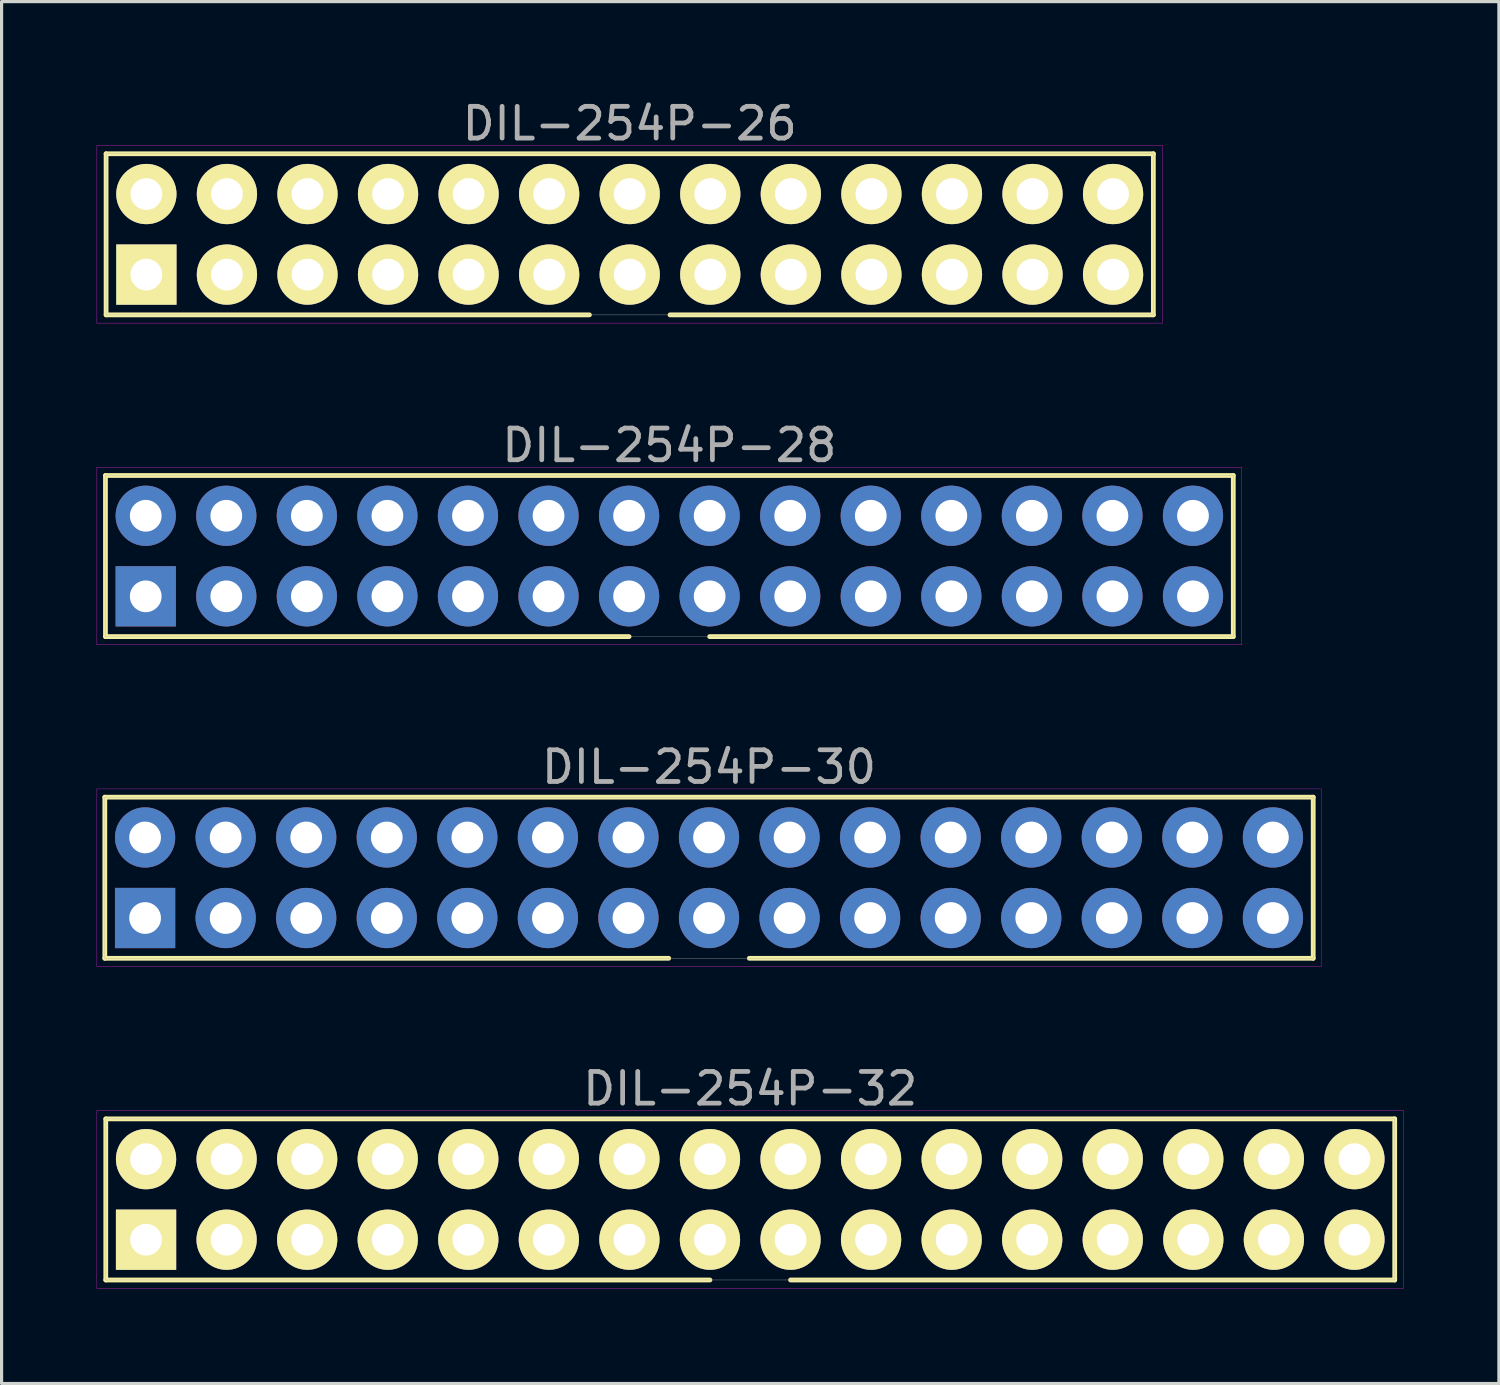
<source format=kicad_pcb>
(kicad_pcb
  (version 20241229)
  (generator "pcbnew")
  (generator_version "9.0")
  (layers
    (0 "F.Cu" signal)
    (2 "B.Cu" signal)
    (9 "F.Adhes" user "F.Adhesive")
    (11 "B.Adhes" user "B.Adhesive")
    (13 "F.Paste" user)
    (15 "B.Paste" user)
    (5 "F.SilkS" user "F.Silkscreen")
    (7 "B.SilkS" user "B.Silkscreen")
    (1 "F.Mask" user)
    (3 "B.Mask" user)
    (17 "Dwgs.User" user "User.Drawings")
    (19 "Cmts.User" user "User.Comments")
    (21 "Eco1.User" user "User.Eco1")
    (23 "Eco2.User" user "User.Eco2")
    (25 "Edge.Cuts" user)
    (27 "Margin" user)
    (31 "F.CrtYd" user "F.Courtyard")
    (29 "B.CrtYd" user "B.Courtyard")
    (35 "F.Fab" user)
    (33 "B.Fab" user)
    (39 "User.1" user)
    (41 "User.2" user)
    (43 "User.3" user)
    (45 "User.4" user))
  (footprint "DIL-254P-30"
    (layer "F.Cu")
    (at 19.305 24.625)
    (property "Reference" "DIL-254P-30" (at 0 -3.49 0) (layer "F.Fab") (effects (font (size 1 1) (thickness 0.15))))
    (attr through_hole)
    (fp_line (start -19.05 -2.54) (end 19.05 -2.54) (stroke (width 0.15) (type solid)) (layer "F.SilkS"))
    (fp_line (start -19.05 2.54) (end -19.05 -2.54) (stroke (width 0.15) (type solid)) (layer "F.SilkS"))
    (fp_line (start -1.27 2.54) (end -19.05 2.54) (stroke (width 0.15) (type solid)) (layer "F.SilkS"))
    (fp_line (start 19.05 -2.54) (end 19.05 2.54) (stroke (width 0.15) (type solid)) (layer "F.SilkS"))
    (fp_line (start 19.05 2.54) (end 1.27 2.54) (stroke (width 0.15) (type solid)) (layer "F.SilkS"))
    (fp_line (start -19.3 -2.8) (end 19.3 -2.8) (stroke (width 0.01) (type solid)) (layer "F.CrtYd"))
    (fp_line (start -19.3 2.8) (end -19.3 -2.8) (stroke (width 0.01) (type solid)) (layer "F.CrtYd"))
    (fp_line (start 19.3 -2.8) (end 19.3 2.8) (stroke (width 0.01) (type solid)) (layer "F.CrtYd"))
    (fp_line (start 19.3 2.8) (end -19.3 2.8) (stroke (width 0.01) (type solid)) (layer "F.CrtYd"))
    (fp_line (start -19.05 -2.54) (end 19.05 -2.54) (stroke (width 0.01) (type solid)) (layer "F.Fab"))
    (fp_line (start -19.05 2.54) (end -19.05 -2.54) (stroke (width 0.01) (type solid)) (layer "F.Fab"))
    (fp_line (start 19.05 -2.54) (end 19.05 2.54) (stroke (width 0.01) (type solid)) (layer "F.Fab"))
    (fp_line (start 19.05 2.54) (end -19.05 2.54) (stroke (width 0.01) (type solid)) (layer "F.Fab"))
    (pad "1" thru_hole rect (at -17.78 1.27) (size 1.9 1.9) (drill 1) (layers "F.Cu" "F.Mask" "F.Paste"))
    (pad "2" thru_hole circle (at -17.78 -1.27) (size 1.9 1.9) (drill 1) (layers "F.Cu" "F.Mask" "F.Paste"))
    (pad "3" thru_hole circle (at -15.24 1.27) (size 1.9 1.9) (drill 1) (layers "F.Cu" "F.Mask" "F.Paste"))
    (pad "4" thru_hole circle (at -15.24 -1.27) (size 1.9 1.9) (drill 1) (layers "F.Cu" "F.Mask" "F.Paste"))
    (pad "5" thru_hole circle (at -12.7 1.27) (size 1.9 1.9) (drill 1) (layers "F.Cu" "F.Mask" "F.Paste"))
    (pad "6" thru_hole circle (at -12.7 -1.27) (size 1.9 1.9) (drill 1) (layers "F.Cu" "F.Mask" "F.Paste"))
    (pad "7" thru_hole circle (at -10.16 1.27) (size 1.9 1.9) (drill 1) (layers "F.Cu" "F.Mask" "F.Paste"))
    (pad "8" thru_hole circle (at -10.16 -1.27) (size 1.9 1.9) (drill 1) (layers "F.Cu" "F.Mask" "F.Paste"))
    (pad "9" thru_hole circle (at -7.62 1.27) (size 1.9 1.9) (drill 1) (layers "F.Cu" "F.Mask" "F.Paste"))
    (pad "10" thru_hole circle (at -7.62 -1.27) (size 1.9 1.9) (drill 1) (layers "F.Cu" "F.Mask" "F.Paste"))
    (pad "11" thru_hole circle (at -5.08 1.27) (size 1.9 1.9) (drill 1) (layers "F.Cu" "F.Mask" "F.Paste"))
    (pad "12" thru_hole circle (at -5.08 -1.27) (size 1.9 1.9) (drill 1) (layers "F.Cu" "F.Mask" "F.Paste"))
    (pad "13" thru_hole circle (at -2.54 1.27) (size 1.9 1.9) (drill 1) (layers "F.Cu" "F.Mask" "F.Paste"))
    (pad "14" thru_hole circle (at -2.54 -1.27) (size 1.9 1.9) (drill 1) (layers "F.Cu" "F.Mask" "F.Paste"))
    (pad "15" thru_hole circle (at 0 1.27) (size 1.9 1.9) (drill 1) (layers "F.Cu" "F.Mask" "F.Paste"))
    (pad "16" thru_hole circle (at 0 -1.27) (size 1.9 1.9) (drill 1) (layers "F.Cu" "F.Mask" "F.Paste"))
    (pad "17" thru_hole circle (at 2.54 1.27) (size 1.9 1.9) (drill 1) (layers "F.Cu" "F.Mask" "F.Paste"))
    (pad "18" thru_hole circle (at 2.54 -1.27) (size 1.9 1.9) (drill 1) (layers "F.Cu" "F.Mask" "F.Paste"))
    (pad "19" thru_hole circle (at 5.08 1.27) (size 1.9 1.9) (drill 1) (layers "F.Cu" "F.Mask" "F.Paste"))
    (pad "20" thru_hole circle (at 5.08 -1.27) (size 1.9 1.9) (drill 1) (layers "F.Cu" "F.Mask" "F.Paste"))
    (pad "21" thru_hole circle (at 7.62 1.27) (size 1.9 1.9) (drill 1) (layers "F.Cu" "F.Mask" "F.Paste"))
    (pad "22" thru_hole circle (at 7.62 -1.27) (size 1.9 1.9) (drill 1) (layers "F.Cu" "F.Mask" "F.Paste"))
    (pad "23" thru_hole circle (at 10.16 1.27) (size 1.9 1.9) (drill 1) (layers "F.Cu" "F.Mask" "F.Paste"))
    (pad "24" thru_hole circle (at 10.16 -1.27) (size 1.9 1.9) (drill 1) (layers "F.Cu" "F.Mask" "F.Paste"))
    (pad "25" thru_hole circle (at 12.7 1.27) (size 1.9 1.9) (drill 1) (layers "F.Cu" "F.Mask" "F.Paste"))
    (pad "26" thru_hole circle (at 12.7 -1.27) (size 1.9 1.9) (drill 1) (layers "F.Cu" "F.Mask" "F.Paste"))
    (pad "27" thru_hole circle (at 15.24 1.27) (size 1.9 1.9) (drill 1) (layers "F.Cu" "F.Mask" "F.Paste"))
    (pad "28" thru_hole circle (at 15.24 -1.27) (size 1.9 1.9) (drill 1) (layers "F.Cu" "F.Mask" "F.Paste"))
    (pad "29" thru_hole circle (at 17.78 1.27) (size 1.9 1.9) (drill 1) (layers "F.Cu" "F.Mask" "F.Paste"))
    (pad "30" thru_hole circle (at 17.78 -1.27) (size 1.9 1.9) (drill 1) (layers "F.Cu" "F.Mask" "F.Paste")))
  (footprint "DIL-254P-26"
    (layer "F.Cu")
    (at 16.805 4.338)
    (property "Reference" "DIL-254P-26" (at 0 -3.49 0) (layer "F.Fab") (effects (font (size 1 1) (thickness 0.15))))
    (attr through_hole)
    (fp_line (start -16.51 -2.54) (end 16.51 -2.54) (stroke (width 0.15) (type solid)) (layer "F.SilkS"))
    (fp_line (start -16.51 2.54) (end -16.51 -2.54) (stroke (width 0.15) (type solid)) (layer "F.SilkS"))
    (fp_line (start -1.27 2.54) (end -16.51 2.54) (stroke (width 0.15) (type solid)) (layer "F.SilkS"))
    (fp_line (start 16.51 -2.54) (end 16.51 2.54) (stroke (width 0.15) (type solid)) (layer "F.SilkS"))
    (fp_line (start 16.51 2.54) (end 1.27 2.54) (stroke (width 0.15) (type solid)) (layer "F.SilkS"))
    (fp_line (start -16.8 -2.8) (end 16.8 -2.8) (stroke (width 0.01) (type solid)) (layer "F.CrtYd"))
    (fp_line (start -16.8 2.8) (end -16.8 -2.8) (stroke (width 0.01) (type solid)) (layer "F.CrtYd"))
    (fp_line (start 16.8 -2.8) (end 16.8 2.8) (stroke (width 0.01) (type solid)) (layer "F.CrtYd"))
    (fp_line (start 16.8 2.8) (end -16.8 2.8) (stroke (width 0.01) (type solid)) (layer "F.CrtYd"))
    (fp_line (start -16.51 -2.54) (end 16.51 -2.54) (stroke (width 0.01) (type solid)) (layer "F.Fab"))
    (fp_line (start -16.51 2.54) (end -16.51 -2.54) (stroke (width 0.01) (type solid)) (layer "F.Fab"))
    (fp_line (start 16.51 -2.54) (end 16.51 2.54) (stroke (width 0.01) (type solid)) (layer "F.Fab"))
    (fp_line (start 16.51 2.54) (end -16.51 2.54) (stroke (width 0.01) (type solid)) (layer "F.Fab"))
    (pad "1" thru_hole rect (at -15.24 1.27) (size 1.9 1.9) (drill 1) (layers "*.Cu" "*.Mask" "F.SilkS"))
    (pad "2" thru_hole circle (at -15.24 -1.27) (size 1.9 1.9) (drill 1) (layers "*.Cu" "*.Mask" "F.SilkS"))
    (pad "3" thru_hole circle (at -12.7 1.27) (size 1.9 1.9) (drill 1) (layers "*.Cu" "*.Mask" "F.SilkS"))
    (pad "4" thru_hole circle (at -12.7 -1.27) (size 1.9 1.9) (drill 1) (layers "*.Cu" "*.Mask" "F.SilkS"))
    (pad "5" thru_hole circle (at -10.16 1.27) (size 1.9 1.9) (drill 1) (layers "*.Cu" "*.Mask" "F.SilkS"))
    (pad "6" thru_hole circle (at -10.16 -1.27) (size 1.9 1.9) (drill 1) (layers "*.Cu" "*.Mask" "F.SilkS"))
    (pad "7" thru_hole circle (at -7.62 1.27) (size 1.9 1.9) (drill 1) (layers "*.Cu" "*.Mask" "F.SilkS"))
    (pad "8" thru_hole circle (at -7.62 -1.27) (size 1.9 1.9) (drill 1) (layers "*.Cu" "*.Mask" "F.SilkS"))
    (pad "9" thru_hole circle (at -5.08 1.27) (size 1.9 1.9) (drill 1) (layers "*.Cu" "*.Mask" "F.SilkS"))
    (pad "10" thru_hole circle (at -5.08 -1.27) (size 1.9 1.9) (drill 1) (layers "*.Cu" "*.Mask" "F.SilkS"))
    (pad "11" thru_hole circle (at -2.54 1.27) (size 1.9 1.9) (drill 1) (layers "*.Cu" "*.Mask" "F.SilkS"))
    (pad "12" thru_hole circle (at -2.54 -1.27) (size 1.9 1.9) (drill 1) (layers "*.Cu" "*.Mask" "F.SilkS"))
    (pad "13" thru_hole circle (at 0 1.27) (size 1.9 1.9) (drill 1) (layers "*.Cu" "*.Mask" "F.SilkS"))
    (pad "14" thru_hole circle (at 0 -1.27) (size 1.9 1.9) (drill 1) (layers "*.Cu" "*.Mask" "F.SilkS"))
    (pad "15" thru_hole circle (at 2.54 1.27) (size 1.9 1.9) (drill 1) (layers "*.Cu" "*.Mask" "F.SilkS"))
    (pad "16" thru_hole circle (at 2.54 -1.27) (size 1.9 1.9) (drill 1) (layers "*.Cu" "*.Mask" "F.SilkS"))
    (pad "17" thru_hole circle (at 5.08 1.27) (size 1.9 1.9) (drill 1) (layers "*.Cu" "*.Mask" "F.SilkS"))
    (pad "18" thru_hole circle (at 5.08 -1.27) (size 1.9 1.9) (drill 1) (layers "*.Cu" "*.Mask" "F.SilkS"))
    (pad "19" thru_hole circle (at 7.62 1.27) (size 1.9 1.9) (drill 1) (layers "*.Cu" "*.Mask" "F.SilkS"))
    (pad "20" thru_hole circle (at 7.62 -1.27) (size 1.9 1.9) (drill 1) (layers "*.Cu" "*.Mask" "F.SilkS"))
    (pad "21" thru_hole circle (at 10.16 1.27) (size 1.9 1.9) (drill 1) (layers "*.Cu" "*.Mask" "F.SilkS"))
    (pad "22" thru_hole circle (at 10.16 -1.27) (size 1.9 1.9) (drill 1) (layers "*.Cu" "*.Mask" "F.SilkS"))
    (pad "23" thru_hole circle (at 12.7 1.27) (size 1.9 1.9) (drill 1) (layers "*.Cu" "*.Mask" "F.SilkS"))
    (pad "24" thru_hole circle (at 12.7 -1.27) (size 1.9 1.9) (drill 1) (layers "*.Cu" "*.Mask" "F.SilkS"))
    (pad "25" thru_hole circle (at 15.24 1.27) (size 1.9 1.9) (drill 1) (layers "*.Cu" "*.Mask" "F.SilkS"))
    (pad "26" thru_hole circle (at 15.24 -1.27) (size 1.9 1.9) (drill 1) (layers "*.Cu" "*.Mask" "F.SilkS")))
  (footprint "DIL-254P-28"
    (layer "F.Cu")
    (at 18.055 14.482)
    (property "Reference" "DIL-254P-28" (at 0 -3.49 0) (layer "F.Fab") (effects (font (size 1 1) (thickness 0.15))))
    (attr through_hole)
    (fp_line (start -17.78 -2.54) (end 17.78 -2.54) (stroke (width 0.15) (type solid)) (layer "F.SilkS"))
    (fp_line (start -17.78 2.54) (end -17.78 -2.54) (stroke (width 0.15) (type solid)) (layer "F.SilkS"))
    (fp_line (start -1.27 2.54) (end -17.78 2.54) (stroke (width 0.15) (type solid)) (layer "F.SilkS"))
    (fp_line (start 17.78 -2.54) (end 17.78 2.54) (stroke (width 0.15) (type solid)) (layer "F.SilkS"))
    (fp_line (start 17.78 2.54) (end 1.27 2.54) (stroke (width 0.15) (type solid)) (layer "F.SilkS"))
    (fp_line (start -18.05 -2.8) (end 18.05 -2.8) (stroke (width 0.01) (type solid)) (layer "F.CrtYd"))
    (fp_line (start -18.05 2.8) (end -18.05 -2.8) (stroke (width 0.01) (type solid)) (layer "F.CrtYd"))
    (fp_line (start 18.05 -2.8) (end 18.05 2.8) (stroke (width 0.01) (type solid)) (layer "F.CrtYd"))
    (fp_line (start 18.05 2.8) (end -18.05 2.8) (stroke (width 0.01) (type solid)) (layer "F.CrtYd"))
    (fp_line (start -17.78 -2.54) (end 17.78 -2.54) (stroke (width 0.01) (type solid)) (layer "F.Fab"))
    (fp_line (start -17.78 2.54) (end -17.78 -2.54) (stroke (width 0.01) (type solid)) (layer "F.Fab"))
    (fp_line (start 17.78 -2.54) (end 17.78 2.54) (stroke (width 0.01) (type solid)) (layer "F.Fab"))
    (fp_line (start 17.78 2.54) (end -17.78 2.54) (stroke (width 0.01) (type solid)) (layer "F.Fab"))
    (pad "1" thru_hole rect (at -16.51 1.27) (size 1.9 1.9) (drill 1) (layers "F.Cu" "F.Mask" "F.Paste"))
    (pad "2" thru_hole circle (at -16.51 -1.27) (size 1.9 1.9) (drill 1) (layers "F.Cu" "F.Mask" "F.Paste"))
    (pad "3" thru_hole circle (at -13.97 1.27) (size 1.9 1.9) (drill 1) (layers "F.Cu" "F.Mask" "F.Paste"))
    (pad "4" thru_hole circle (at -13.97 -1.27) (size 1.9 1.9) (drill 1) (layers "F.Cu" "F.Mask" "F.Paste"))
    (pad "5" thru_hole circle (at -11.43 1.27) (size 1.9 1.9) (drill 1) (layers "F.Cu" "F.Mask" "F.Paste"))
    (pad "6" thru_hole circle (at -11.43 -1.27) (size 1.9 1.9) (drill 1) (layers "F.Cu" "F.Mask" "F.Paste"))
    (pad "7" thru_hole circle (at -8.89 1.27) (size 1.9 1.9) (drill 1) (layers "F.Cu" "F.Mask" "F.Paste"))
    (pad "8" thru_hole circle (at -8.89 -1.27) (size 1.9 1.9) (drill 1) (layers "F.Cu" "F.Mask" "F.Paste"))
    (pad "9" thru_hole circle (at -6.35 1.27) (size 1.9 1.9) (drill 1) (layers "F.Cu" "F.Mask" "F.Paste"))
    (pad "10" thru_hole circle (at -6.35 -1.27) (size 1.9 1.9) (drill 1) (layers "F.Cu" "F.Mask" "F.Paste"))
    (pad "11" thru_hole circle (at -3.81 1.27) (size 1.9 1.9) (drill 1) (layers "F.Cu" "F.Mask" "F.Paste"))
    (pad "12" thru_hole circle (at -3.81 -1.27) (size 1.9 1.9) (drill 1) (layers "F.Cu" "F.Mask" "F.Paste"))
    (pad "13" thru_hole circle (at -1.27 1.27) (size 1.9 1.9) (drill 1) (layers "F.Cu" "F.Mask" "F.Paste"))
    (pad "14" thru_hole circle (at -1.27 -1.27) (size 1.9 1.9) (drill 1) (layers "F.Cu" "F.Mask" "F.Paste"))
    (pad "15" thru_hole circle (at 1.27 1.27) (size 1.9 1.9) (drill 1) (layers "F.Cu" "F.Mask" "F.Paste"))
    (pad "16" thru_hole circle (at 1.27 -1.27) (size 1.9 1.9) (drill 1) (layers "F.Cu" "F.Mask" "F.Paste"))
    (pad "17" thru_hole circle (at 3.81 1.27) (size 1.9 1.9) (drill 1) (layers "F.Cu" "F.Mask" "F.Paste"))
    (pad "18" thru_hole circle (at 3.81 -1.27) (size 1.9 1.9) (drill 1) (layers "F.Cu" "F.Mask" "F.Paste"))
    (pad "19" thru_hole circle (at 6.35 1.27) (size 1.9 1.9) (drill 1) (layers "F.Cu" "F.Mask" "F.Paste"))
    (pad "20" thru_hole circle (at 6.35 -1.27) (size 1.9 1.9) (drill 1) (layers "F.Cu" "F.Mask" "F.Paste"))
    (pad "21" thru_hole circle (at 8.89 1.27) (size 1.9 1.9) (drill 1) (layers "F.Cu" "F.Mask" "F.Paste"))
    (pad "22" thru_hole circle (at 8.89 -1.27) (size 1.9 1.9) (drill 1) (layers "F.Cu" "F.Mask" "F.Paste"))
    (pad "23" thru_hole circle (at 11.43 1.27) (size 1.9 1.9) (drill 1) (layers "F.Cu" "F.Mask" "F.Paste"))
    (pad "24" thru_hole circle (at 11.43 -1.27) (size 1.9 1.9) (drill 1) (layers "F.Cu" "F.Mask" "F.Paste"))
    (pad "25" thru_hole circle (at 13.97 1.27) (size 1.9 1.9) (drill 1) (layers "F.Cu" "F.Mask" "F.Paste"))
    (pad "26" thru_hole circle (at 13.97 -1.27) (size 1.9 1.9) (drill 1) (layers "F.Cu" "F.Mask" "F.Paste"))
    (pad "27" thru_hole circle (at 16.51 1.27) (size 1.9 1.9) (drill 1) (layers "F.Cu" "F.Mask" "F.Paste"))
    (pad "28" thru_hole circle (at 16.51 -1.27) (size 1.9 1.9) (drill 1) (layers "F.Cu" "F.Mask" "F.Paste")))
  (footprint "DIL-254P-32"
    (layer "F.Cu")
    (at 20.605 34.768)
    (property "Reference" "DIL-254P-32" (at 0 -3.49 0) (layer "F.Fab") (effects (font (size 1 1) (thickness 0.15))))
    (attr through_hole)
    (fp_line (start -20.32 -2.54) (end 20.32 -2.54) (stroke (width 0.15) (type solid)) (layer "F.SilkS"))
    (fp_line (start -20.32 2.54) (end -20.32 -2.54) (stroke (width 0.15) (type solid)) (layer "F.SilkS"))
    (fp_line (start -1.27 2.54) (end -20.32 2.54) (stroke (width 0.15) (type solid)) (layer "F.SilkS"))
    (fp_line (start 20.32 -2.54) (end 20.32 2.54) (stroke (width 0.15) (type solid)) (layer "F.SilkS"))
    (fp_line (start 20.32 2.54) (end 1.27 2.54) (stroke (width 0.15) (type solid)) (layer "F.SilkS"))
    (fp_line (start -20.6 -2.8) (end 20.6 -2.8) (stroke (width 0.01) (type solid)) (layer "F.CrtYd"))
    (fp_line (start -20.6 2.8) (end -20.6 -2.8) (stroke (width 0.01) (type solid)) (layer "F.CrtYd"))
    (fp_line (start 20.6 -2.8) (end 20.6 2.8) (stroke (width 0.01) (type solid)) (layer "F.CrtYd"))
    (fp_line (start 20.6 2.8) (end -20.6 2.8) (stroke (width 0.01) (type solid)) (layer "F.CrtYd"))
    (fp_line (start -20.32 -2.54) (end 20.32 -2.54) (stroke (width 0.01) (type solid)) (layer "F.Fab"))
    (fp_line (start -20.32 2.54) (end -20.32 -2.54) (stroke (width 0.01) (type solid)) (layer "F.Fab"))
    (fp_line (start 20.32 -2.54) (end 20.32 2.54) (stroke (width 0.01) (type solid)) (layer "F.Fab"))
    (fp_line (start 20.32 2.54) (end -20.32 2.54) (stroke (width 0.01) (type solid)) (layer "F.Fab"))
    (pad "1" thru_hole rect (at -19.05 1.27) (size 1.9 1.9) (drill 1) (layers "*.Cu" "*.Mask" "F.SilkS"))
    (pad "2" thru_hole circle (at -19.05 -1.27) (size 1.9 1.9) (drill 1) (layers "*.Cu" "*.Mask" "F.SilkS"))
    (pad "3" thru_hole circle (at -16.51 1.27) (size 1.9 1.9) (drill 1) (layers "*.Cu" "*.Mask" "F.SilkS"))
    (pad "4" thru_hole circle (at -16.51 -1.27) (size 1.9 1.9) (drill 1) (layers "*.Cu" "*.Mask" "F.SilkS"))
    (pad "5" thru_hole circle (at -13.97 1.27) (size 1.9 1.9) (drill 1) (layers "*.Cu" "*.Mask" "F.SilkS"))
    (pad "6" thru_hole circle (at -13.97 -1.27) (size 1.9 1.9) (drill 1) (layers "*.Cu" "*.Mask" "F.SilkS"))
    (pad "7" thru_hole circle (at -11.43 1.27) (size 1.9 1.9) (drill 1) (layers "*.Cu" "*.Mask" "F.SilkS"))
    (pad "8" thru_hole circle (at -11.43 -1.27) (size 1.9 1.9) (drill 1) (layers "*.Cu" "*.Mask" "F.SilkS"))
    (pad "9" thru_hole circle (at -8.89 1.27) (size 1.9 1.9) (drill 1) (layers "*.Cu" "*.Mask" "F.SilkS"))
    (pad "10" thru_hole circle (at -8.89 -1.27) (size 1.9 1.9) (drill 1) (layers "*.Cu" "*.Mask" "F.SilkS"))
    (pad "11" thru_hole circle (at -6.35 1.27) (size 1.9 1.9) (drill 1) (layers "*.Cu" "*.Mask" "F.SilkS"))
    (pad "12" thru_hole circle (at -6.35 -1.27) (size 1.9 1.9) (drill 1) (layers "*.Cu" "*.Mask" "F.SilkS"))
    (pad "13" thru_hole circle (at -3.81 1.27) (size 1.9 1.9) (drill 1) (layers "*.Cu" "*.Mask" "F.SilkS"))
    (pad "14" thru_hole circle (at -3.81 -1.27) (size 1.9 1.9) (drill 1) (layers "*.Cu" "*.Mask" "F.SilkS"))
    (pad "15" thru_hole circle (at -1.27 1.27) (size 1.9 1.9) (drill 1) (layers "*.Cu" "*.Mask" "F.SilkS"))
    (pad "16" thru_hole circle (at -1.27 -1.27) (size 1.9 1.9) (drill 1) (layers "*.Cu" "*.Mask" "F.SilkS"))
    (pad "17" thru_hole circle (at 1.27 1.27) (size 1.9 1.9) (drill 1) (layers "*.Cu" "*.Mask" "F.SilkS"))
    (pad "18" thru_hole circle (at 1.27 -1.27) (size 1.9 1.9) (drill 1) (layers "*.Cu" "*.Mask" "F.SilkS"))
    (pad "19" thru_hole circle (at 3.81 1.27) (size 1.9 1.9) (drill 1) (layers "*.Cu" "*.Mask" "F.SilkS"))
    (pad "20" thru_hole circle (at 3.81 -1.27) (size 1.9 1.9) (drill 1) (layers "*.Cu" "*.Mask" "F.SilkS"))
    (pad "21" thru_hole circle (at 6.35 1.27) (size 1.9 1.9) (drill 1) (layers "*.Cu" "*.Mask" "F.SilkS"))
    (pad "22" thru_hole circle (at 6.35 -1.27) (size 1.9 1.9) (drill 1) (layers "*.Cu" "*.Mask" "F.SilkS"))
    (pad "23" thru_hole circle (at 8.89 1.27) (size 1.9 1.9) (drill 1) (layers "*.Cu" "*.Mask" "F.SilkS"))
    (pad "24" thru_hole circle (at 8.89 -1.27) (size 1.9 1.9) (drill 1) (layers "*.Cu" "*.Mask" "F.SilkS"))
    (pad "25" thru_hole circle (at 11.43 1.27) (size 1.9 1.9) (drill 1) (layers "*.Cu" "*.Mask" "F.SilkS"))
    (pad "26" thru_hole circle (at 11.43 -1.27) (size 1.9 1.9) (drill 1) (layers "*.Cu" "*.Mask" "F.SilkS"))
    (pad "27" thru_hole circle (at 13.97 1.27) (size 1.9 1.9) (drill 1) (layers "*.Cu" "*.Mask" "F.SilkS"))
    (pad "28" thru_hole circle (at 13.97 -1.27) (size 1.9 1.9) (drill 1) (layers "*.Cu" "*.Mask" "F.SilkS"))
    (pad "29" thru_hole circle (at 16.51 1.27) (size 1.9 1.9) (drill 1) (layers "*.Cu" "*.Mask" "F.SilkS"))
    (pad "30" thru_hole circle (at 16.51 -1.27) (size 1.9 1.9) (drill 1) (layers "*.Cu" "*.Mask" "F.SilkS"))
    (pad "31" thru_hole circle (at 19.05 1.27) (size 1.9 1.9) (drill 1) (layers "*.Cu" "*.Mask" "F.SilkS"))
    (pad "32" thru_hole circle (at 19.05 -1.27) (size 1.9 1.9) (drill 1) (layers "*.Cu" "*.Mask" "F.SilkS")))
  (gr_rect
    (start -3 -3)
    (end 44.21 40.573)
    (stroke (width 0.1) (type default))
    (fill no)
    (layer "Edge.Cuts")))
</source>
